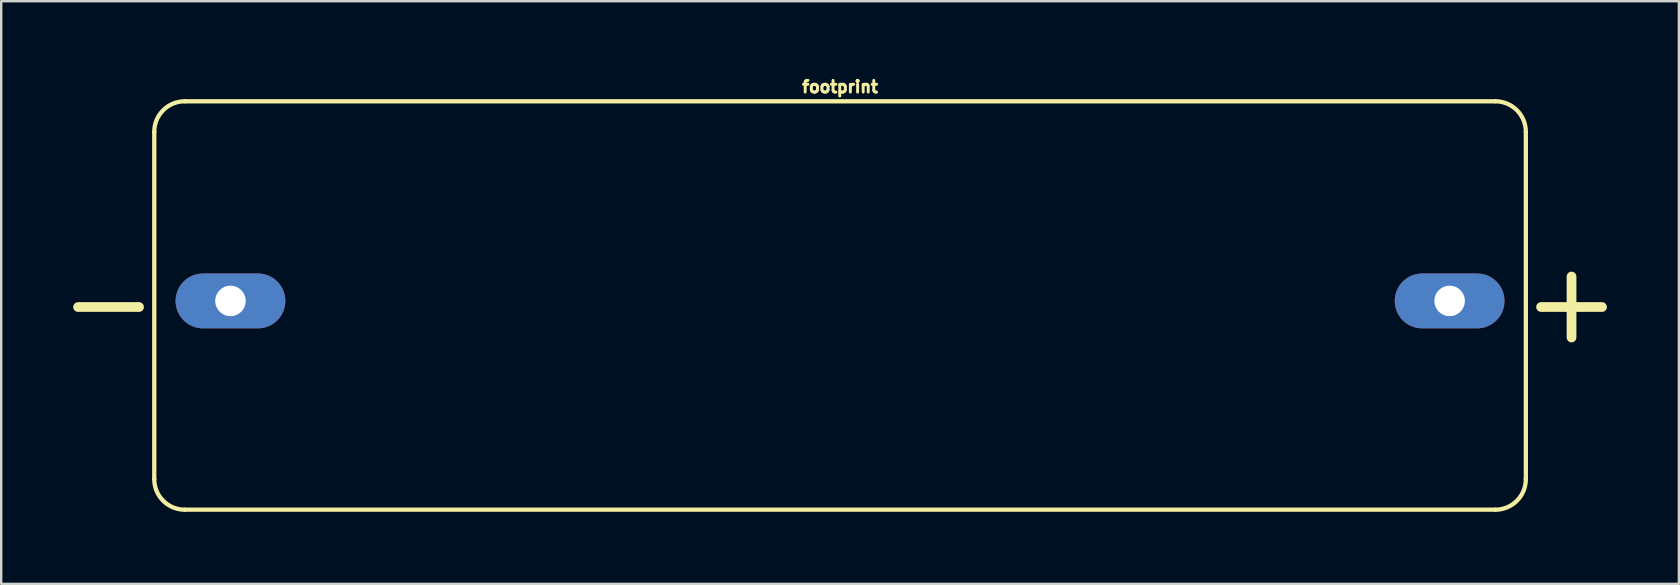
<source format=kicad_pcb>
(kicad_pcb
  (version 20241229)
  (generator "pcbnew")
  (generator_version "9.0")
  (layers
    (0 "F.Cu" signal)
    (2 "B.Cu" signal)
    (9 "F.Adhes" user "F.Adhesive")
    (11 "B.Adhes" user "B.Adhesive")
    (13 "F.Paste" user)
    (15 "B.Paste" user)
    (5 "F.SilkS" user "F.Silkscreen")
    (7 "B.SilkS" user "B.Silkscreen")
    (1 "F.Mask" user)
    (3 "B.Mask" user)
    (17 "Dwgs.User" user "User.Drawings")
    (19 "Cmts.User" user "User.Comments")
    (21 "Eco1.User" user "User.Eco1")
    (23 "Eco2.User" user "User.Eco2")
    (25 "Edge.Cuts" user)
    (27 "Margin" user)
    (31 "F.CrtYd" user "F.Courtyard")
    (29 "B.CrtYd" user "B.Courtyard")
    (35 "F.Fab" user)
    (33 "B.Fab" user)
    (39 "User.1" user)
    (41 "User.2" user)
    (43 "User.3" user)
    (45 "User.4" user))
  (footprint "footprint"
    (layer "F.Cu")
    (at 31.953 9.743)
    (property "Reference" "footprint" (at 0 -8.89 0) (layer "F.SilkS") (effects (font (size 0.488 0.488) (thickness 0.122)) (justify bottom)))
    (fp_poly (pts (xy -25.23 -0.997) (xy -25.069 -0.941) (xy -24.925 -0.85) (xy -24.804 -0.729) (xy -24.711 -0.582) (xy -24.637 -0.258) (xy -24.657 -0.084) (xy -24.713 0.077) (xy -24.804 0.221) (xy -24.925 0.342) (xy -25.072 0.435) (xy -25.396 0.509) (xy -25.57 0.489) (xy -25.731 0.433) (xy -25.875 0.342) (xy -25.996 0.221) (xy -26.089 0.074) (xy -26.163 -0.25) (xy -26.143 -0.424) (xy -26.087 -0.585) (xy -25.996 -0.729) (xy -25.875 -0.85) (xy -25.728 -0.943) (xy -25.404 -1.017)) (stroke (width 0) (type solid)) (fill yes) (layer "F.Mask"))
    (fp_poly (pts (xy 25.57 -0.997) (xy 25.731 -0.941) (xy 25.875 -0.85) (xy 25.996 -0.729) (xy 26.089 -0.582) (xy 26.163 -0.258) (xy 26.143 -0.084) (xy 26.087 0.077) (xy 25.996 0.221) (xy 25.875 0.342) (xy 25.728 0.435) (xy 25.404 0.509) (xy 25.23 0.489) (xy 25.069 0.433) (xy 24.925 0.342) (xy 24.804 0.221) (xy 24.711 0.074) (xy 24.637 -0.25) (xy 24.657 -0.424) (xy 24.713 -0.585) (xy 24.804 -0.729) (xy 24.925 -0.85) (xy 25.072 -0.943) (xy 25.396 -1.017)) (stroke (width 0) (type solid)) (fill yes) (layer "F.Mask"))
    (fp_poly (pts (xy -24.036 -1.505) (xy -23.823 -1.448) (xy -23.622 -1.354) (xy -23.441 -1.227) (xy -23.284 -1.07) (xy -23.157 -0.889) (xy -23.062 -0.686) (xy -22.987 -0.257) (xy -23.006 -0.033) (xy -23.063 0.18) (xy -23.157 0.381) (xy -23.284 0.562) (xy -23.441 0.719) (xy -23.622 0.846) (xy -23.823 0.94) (xy -24.036 0.997) (xy -24.254 1.016) (xy -26.546 1.016) (xy -26.764 0.997) (xy -26.977 0.94) (xy -27.178 0.846) (xy -27.359 0.719) (xy -27.516 0.562) (xy -27.643 0.381) (xy -27.737 0.18) (xy -27.794 -0.033) (xy -27.813 -0.254) (xy -27.794 -0.475) (xy -27.737 -0.688) (xy -27.643 -0.889) (xy -27.516 -1.07) (xy -27.359 -1.227) (xy -27.178 -1.354) (xy -26.977 -1.448) (xy -26.764 -1.505) (xy -26.546 -1.524) (xy -24.254 -1.524)) (stroke (width 0) (type solid)) (fill yes) (layer "B.Mask"))
    (fp_poly (pts (xy 26.764 -1.505) (xy 26.977 -1.448) (xy 27.178 -1.354) (xy 27.359 -1.227) (xy 27.516 -1.07) (xy 27.643 -0.889) (xy 27.738 -0.686) (xy 27.813 -0.257) (xy 27.794 -0.033) (xy 27.737 0.18) (xy 27.643 0.381) (xy 27.516 0.562) (xy 27.359 0.719) (xy 27.178 0.846) (xy 26.977 0.94) (xy 26.764 0.997) (xy 26.546 1.016) (xy 24.254 1.016) (xy 24.036 0.997) (xy 23.823 0.94) (xy 23.622 0.846) (xy 23.441 0.719) (xy 23.284 0.562) (xy 23.157 0.381) (xy 23.063 0.18) (xy 23.006 -0.033) (xy 22.987 -0.254) (xy 23.006 -0.475) (xy 23.063 -0.688) (xy 23.157 -0.889) (xy 23.284 -1.07) (xy 23.441 -1.227) (xy 23.622 -1.354) (xy 23.823 -1.448) (xy 24.036 -1.505) (xy 24.254 -1.524) (xy 26.546 -1.524)) (stroke (width 0) (type solid)) (fill yes) (layer "B.Mask"))
    (fp_line (start -31.75 0) (end -29.21 0) (stroke (width 0.406) (type solid)) (layer "F.SilkS"))
    (fp_line (start -28.575 -7.303) (end -28.575 7.176) (stroke (width 0.178) (type solid)) (layer "F.SilkS"))
    (fp_line (start -27.305 8.445) (end 27.305 8.445) (stroke (width 0.178) (type solid)) (layer "F.SilkS"))
    (fp_line (start 27.305 -8.572) (end -27.305 -8.572) (stroke (width 0.178) (type solid)) (layer "F.SilkS"))
    (fp_line (start 28.575 7.176) (end 28.575 -7.303) (stroke (width 0.178) (type solid)) (layer "F.SilkS"))
    (fp_line (start 29.21 0) (end 31.75 0) (stroke (width 0.406) (type solid)) (layer "F.SilkS"))
    (fp_line (start 30.48 -1.27) (end 30.48 1.27) (stroke (width 0.406) (type solid)) (layer "F.SilkS"))
    (fp_arc (start -28.575 -7.3025) (mid -28.203026 -8.200526) (end -27.305 -8.5725) (stroke (width 0.1778) (type solid)) (layer "F.SilkS"))
    (fp_arc (start -27.305 8.4455) (mid -28.203026 8.073526) (end -28.575 7.1755) (stroke (width 0.1778) (type solid)) (layer "F.SilkS"))
    (fp_arc (start 27.305 -8.5725) (mid 28.203026 -8.200526) (end 28.575 -7.3025) (stroke (width 0.1778) (type solid)) (layer "F.SilkS"))
    (fp_arc (start 28.575 7.1755) (mid 28.203026 8.073526) (end 27.305 8.4455) (stroke (width 0.1778) (type solid)) (layer "F.SilkS"))
    (pad "N" thru_hole oval (at -25.4 -0.254) (size 4.572 2.286) (drill 1.27) (layers "*.Cu"))
    (pad "P" thru_hole oval (at 25.4 -0.254) (size 4.572 2.286) (drill 1.27) (layers "*.Cu")))
  (gr_rect
    (start -3 -3)
    (end 66.906 21.278)
    (stroke (width 0.1) (type default))
    (fill no)
    (layer "Edge.Cuts")))
</source>
